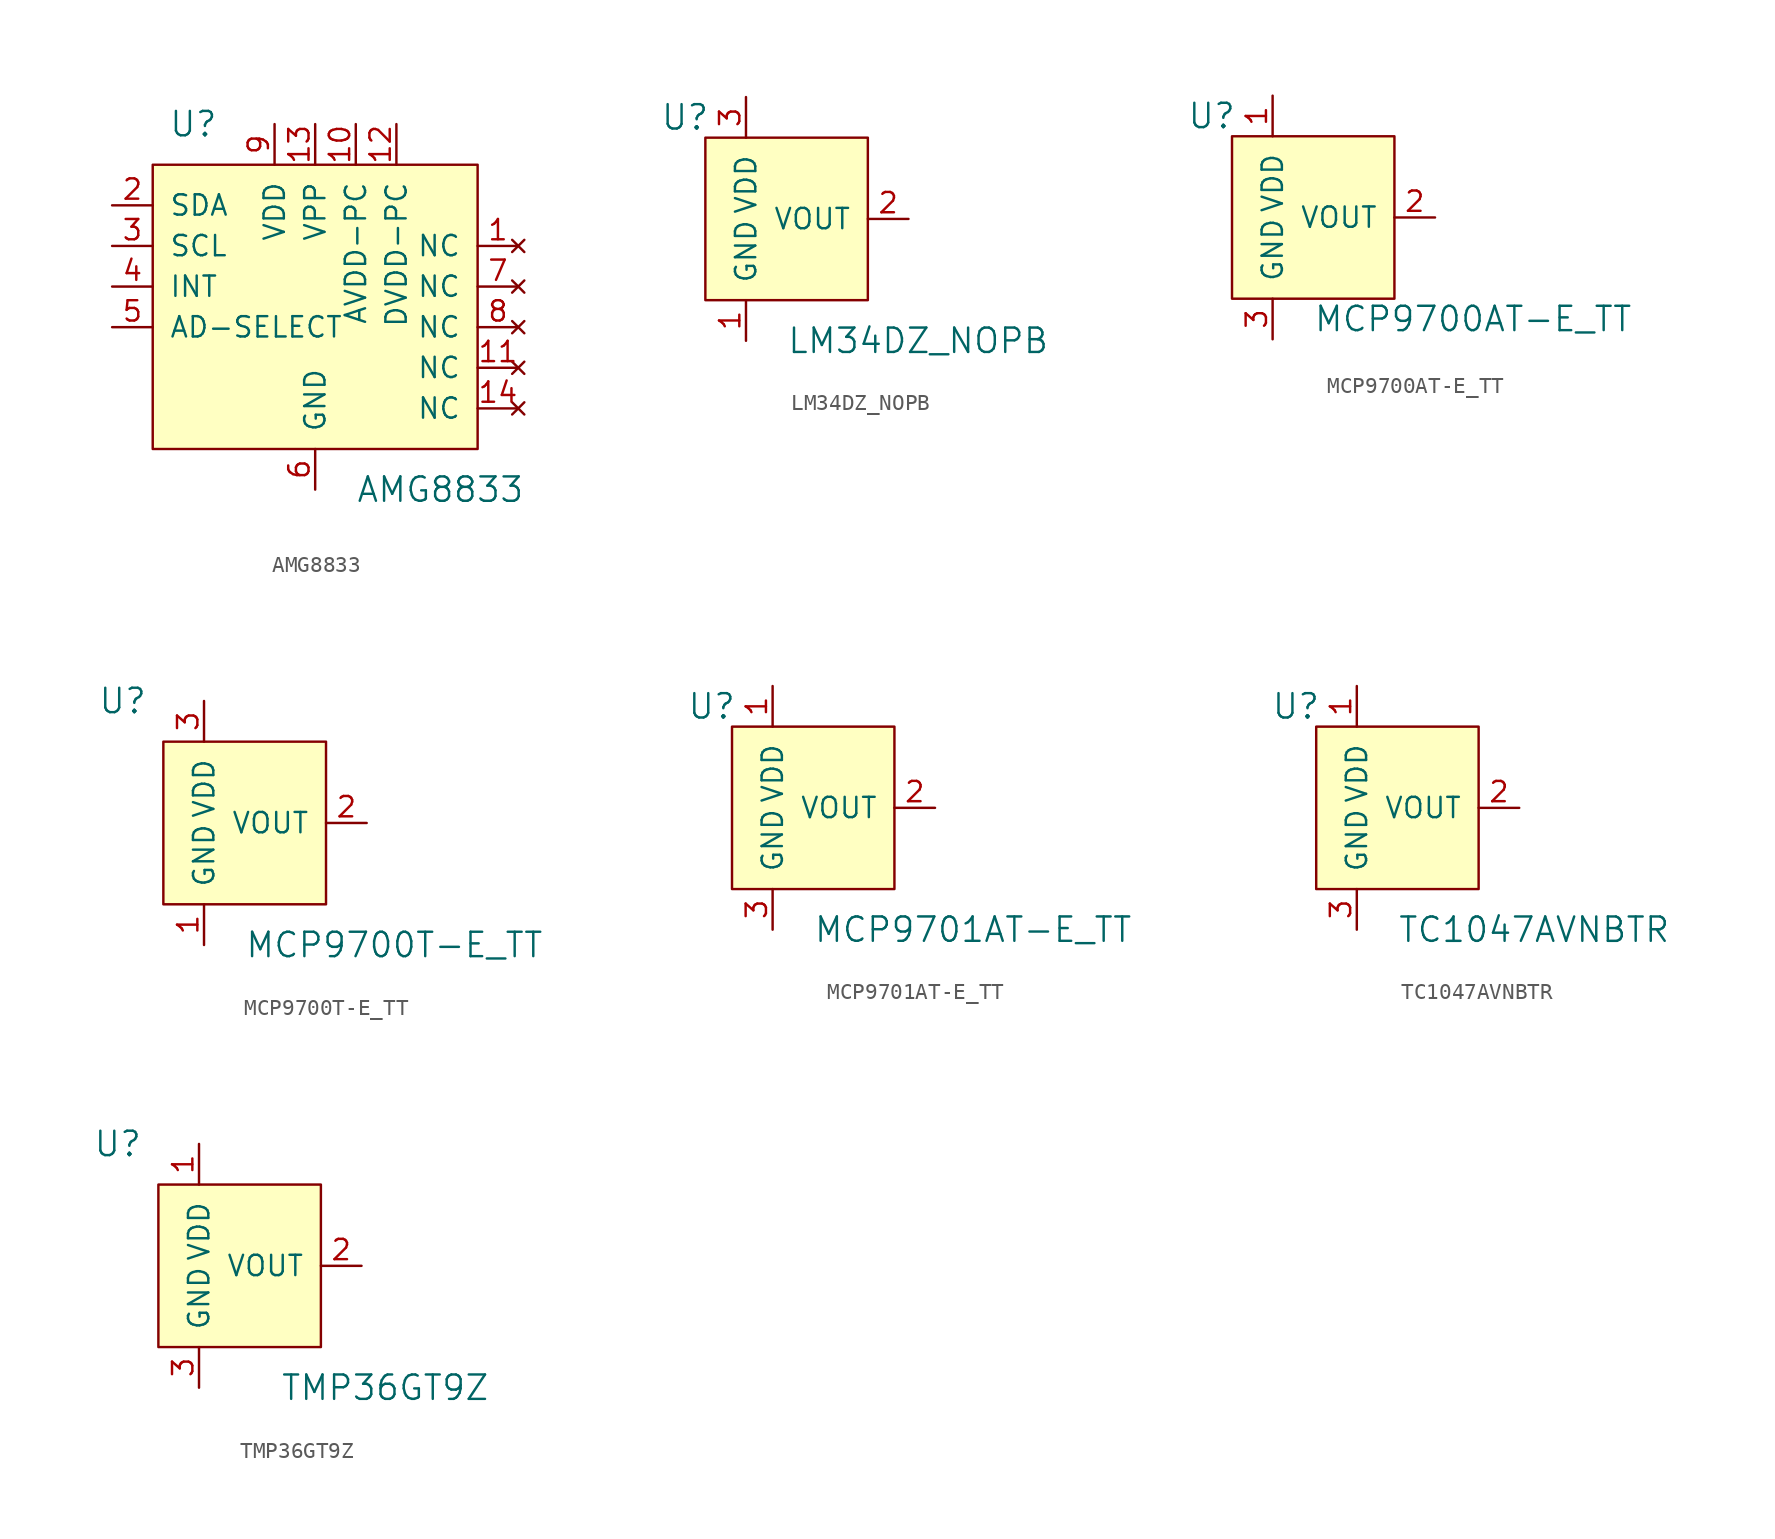
<source format=kicad_sym>
(kicad_symbol_lib
  (version 20211014)
  (generator kicad_symbol_editor)
  (symbol "AMG8833"
    (pin_names
      (offset 1.016))
    (property "Reference" "U"
      (at -7.62 17.78 0)
      (effects (font (size 1.524 1.524))))
    (property "Value" "AMG8833"
      (at 2.54 -5.08 0)
      (effects (font (size 1.524 1.524)) (justify left)))
    (symbol "AMG8833_0_1"
      (rectangle (start 10.16 15.24) (end -10.16 -2.54) (stroke (width 0) (type default) (color 0 0 0 0)) (fill (type background))))
    (symbol "AMG8833_1_1"
      (pin no_connect line (at 12.7 10.16 180) (length 2.54) (name "NC" (effects (font (size 1.27 1.27)))) (number "1" (effects (font (size 1.27 1.27)))))
      (pin power_in line (at 2.54 17.78 270) (length 2.54) (name "AVDD-PC" (effects (font (size 1.27 1.27)))) (number "10" (effects (font (size 1.27 1.27)))))
      (pin no_connect line (at 12.7 2.54 180) (length 2.54) (name "NC" (effects (font (size 1.27 1.27)))) (number "11" (effects (font (size 1.27 1.27)))))
      (pin power_in line (at 5.08 17.78 270) (length 2.54) (name "DVDD-PC" (effects (font (size 1.27 1.27)))) (number "12" (effects (font (size 1.27 1.27)))))
      (pin power_in line (at 0 17.78 270) (length 2.54) (name "VPP" (effects (font (size 1.27 1.27)))) (number "13" (effects (font (size 1.27 1.27)))))
      (pin no_connect line (at 12.7 0 180) (length 2.54) (name "NC" (effects (font (size 1.27 1.27)))) (number "14" (effects (font (size 1.27 1.27)))))
      (pin bidirectional line (at -12.7 12.7 0) (length 2.54) (name "SDA" (effects (font (size 1.27 1.27)))) (number "2" (effects (font (size 1.27 1.27)))))
      (pin bidirectional line (at -12.7 10.16 0) (length 2.54) (name "SCL" (effects (font (size 1.27 1.27)))) (number "3" (effects (font (size 1.27 1.27)))))
      (pin bidirectional line (at -12.7 7.62 0) (length 2.54) (name "INT" (effects (font (size 1.27 1.27)))) (number "4" (effects (font (size 1.27 1.27)))))
      (pin input line (at -12.7 5.08 0) (length 2.54) (name "AD-SELECT" (effects (font (size 1.27 1.27)))) (number "5" (effects (font (size 1.27 1.27)))))
      (pin power_in line (at 0 -5.08 90) (length 2.54) (name "GND" (effects (font (size 1.27 1.27)))) (number "6" (effects (font (size 1.27 1.27)))))
      (pin no_connect line (at 12.7 7.62 180) (length 2.54) (name "NC" (effects (font (size 1.27 1.27)))) (number "7" (effects (font (size 1.27 1.27)))))
      (pin no_connect line (at 12.7 5.08 180) (length 2.54) (name "NC" (effects (font (size 1.27 1.27)))) (number "8" (effects (font (size 1.27 1.27)))))
      (pin power_in line (at -2.54 17.78 270) (length 2.54) (name "VDD" (effects (font (size 1.27 1.27)))) (number "9" (effects (font (size 1.27 1.27)))))))
  (symbol "LM34DZ_NOPB"
    (pin_names
      (offset 1.016))
    (property "Reference" "U"
      (at -3.81 6.35 0)
      (effects (font (size 1.524 1.524))))
    (property "Value" "LM34DZ_NOPB"
      (at 2.54 -7.62 0)
      (effects (font (size 1.524 1.524)) (justify left)))
    (symbol "LM34DZ_NOPB_0_1"
      (rectangle (start 7.62 5.08) (end -2.54 -5.08) (stroke (width 0) (type default) (color 0 0 0 0)) (fill (type background))))
    (symbol "LM34DZ_NOPB_1_1"
      (pin power_in line (at 0 -7.62 90) (length 2.54) (name "GND" (effects (font (size 1.27 1.27)))) (number "1" (effects (font (size 1.27 1.27)))))
      (pin output line (at 10.16 0 180) (length 2.54) (name "VOUT" (effects (font (size 1.27 1.27)))) (number "2" (effects (font (size 1.27 1.27)))))
      (pin power_in line (at 0 7.62 270) (length 2.54) (name "VDD" (effects (font (size 1.27 1.27)))) (number "3" (effects (font (size 1.27 1.27)))))))
  (symbol "MCP9700AT-E_TT"
    (pin_names
      (offset 1.016))
    (property "Reference" "U"
      (at -3.81 6.35 0)
      (effects (font (size 1.524 1.524))))
    (property "Value" "MCP9700AT-E_TT"
      (at 2.54 -6.35 0)
      (effects (font (size 1.524 1.524)) (justify left)))
    (symbol "MCP9700AT-E_TT_0_1"
      (rectangle (start 7.62 5.08) (end -2.54 -5.08) (stroke (width 0) (type default) (color 0 0 0 0)) (fill (type background))))
    (symbol "MCP9700AT-E_TT_1_1"
      (pin power_in line (at 0 7.62 270) (length 2.54) (name "VDD" (effects (font (size 1.27 1.27)))) (number "1" (effects (font (size 1.27 1.27)))))
      (pin output line (at 10.16 0 180) (length 2.54) (name "VOUT" (effects (font (size 1.27 1.27)))) (number "2" (effects (font (size 1.27 1.27)))))
      (pin power_in line (at 0 -7.62 90) (length 2.54) (name "GND" (effects (font (size 1.27 1.27)))) (number "3" (effects (font (size 1.27 1.27)))))))
  (symbol "MCP9700T-E_TT"
    (pin_names
      (offset 1.016))
    (property "Reference" "U"
      (at -5.08 7.62 0)
      (effects (font (size 1.524 1.524))))
    (property "Value" "MCP9700T-E_TT"
      (at 2.54 -7.62 0)
      (effects (font (size 1.524 1.524)) (justify left)))
    (symbol "MCP9700T-E_TT_0_1"
      (rectangle (start 7.62 5.08) (end -2.54 -5.08) (stroke (width 0) (type default) (color 0 0 0 0)) (fill (type background))))
    (symbol "MCP9700T-E_TT_1_1"
      (pin power_in line (at 0 -7.62 90) (length 2.54) (name "GND" (effects (font (size 1.27 1.27)))) (number "1" (effects (font (size 1.27 1.27)))))
      (pin output line (at 10.16 0 180) (length 2.54) (name "VOUT" (effects (font (size 1.27 1.27)))) (number "2" (effects (font (size 1.27 1.27)))))
      (pin power_in line (at 0 7.62 270) (length 2.54) (name "VDD" (effects (font (size 1.27 1.27)))) (number "3" (effects (font (size 1.27 1.27)))))))
  (symbol "MCP9701AT-E_TT"
    (pin_names
      (offset 1.016))
    (property "Reference" "U"
      (at -3.81 6.35 0)
      (effects (font (size 1.524 1.524))))
    (property "Value" "MCP9701AT-E_TT"
      (at 2.54 -7.62 0)
      (effects (font (size 1.524 1.524)) (justify left)))
    (symbol "MCP9701AT-E_TT_0_1"
      (rectangle (start 7.62 5.08) (end -2.54 -5.08) (stroke (width 0) (type default) (color 0 0 0 0)) (fill (type background))))
    (symbol "MCP9701AT-E_TT_1_1"
      (pin power_in line (at 0 7.62 270) (length 2.54) (name "VDD" (effects (font (size 1.27 1.27)))) (number "1" (effects (font (size 1.27 1.27)))))
      (pin output line (at 10.16 0 180) (length 2.54) (name "VOUT" (effects (font (size 1.27 1.27)))) (number "2" (effects (font (size 1.27 1.27)))))
      (pin power_in line (at 0 -7.62 90) (length 2.54) (name "GND" (effects (font (size 1.27 1.27)))) (number "3" (effects (font (size 1.27 1.27)))))))
  (symbol "TC1047AVNBTR"
    (pin_names
      (offset 1.016))
    (property "Reference" "U"
      (at -6.35 6.35 0)
      (effects (font (size 1.524 1.524))))
    (property "Value" "TC1047AVNBTR"
      (at 0 -7.62 0)
      (effects (font (size 1.524 1.524)) (justify left)))
    (symbol "TC1047AVNBTR_0_1"
      (rectangle (start 5.08 5.08) (end -5.08 -5.08) (stroke (width 0) (type default) (color 0 0 0 0)) (fill (type background))))
    (symbol "TC1047AVNBTR_1_1"
      (pin power_in line (at -2.54 7.62 270) (length 2.54) (name "VDD" (effects (font (size 1.27 1.27)))) (number "1" (effects (font (size 1.27 1.27)))))
      (pin output line (at 7.62 0 180) (length 2.54) (name "VOUT" (effects (font (size 1.27 1.27)))) (number "2" (effects (font (size 1.27 1.27)))))
      (pin power_in line (at -2.54 -7.62 90) (length 2.54) (name "GND" (effects (font (size 1.27 1.27)))) (number "3" (effects (font (size 1.27 1.27)))))))
  (symbol "TMP36GT9Z"
    (pin_names
      (offset 1.016))
    (property "Reference" "U"
      (at -5.08 7.62 0)
      (effects (font (size 1.524 1.524))))
    (property "Value" "TMP36GT9Z"
      (at 5.08 -7.62 0)
      (effects (font (size 1.524 1.524)) (justify left)))
    (symbol "TMP36GT9Z_0_1"
      (rectangle (start 7.62 5.08) (end -2.54 -5.08) (stroke (width 0) (type default) (color 0 0 0 0)) (fill (type background))))
    (symbol "TMP36GT9Z_1_1"
      (pin power_in line (at 0 7.62 270) (length 2.54) (name "VDD" (effects (font (size 1.27 1.27)))) (number "1" (effects (font (size 1.27 1.27)))))
      (pin output line (at 10.16 0 180) (length 2.54) (name "VOUT" (effects (font (size 1.27 1.27)))) (number "2" (effects (font (size 1.27 1.27)))))
      (pin power_in line (at 0 -7.62 90) (length 2.54) (name "GND" (effects (font (size 1.27 1.27)))) (number "3" (effects (font (size 1.27 1.27))))))))
</source>
